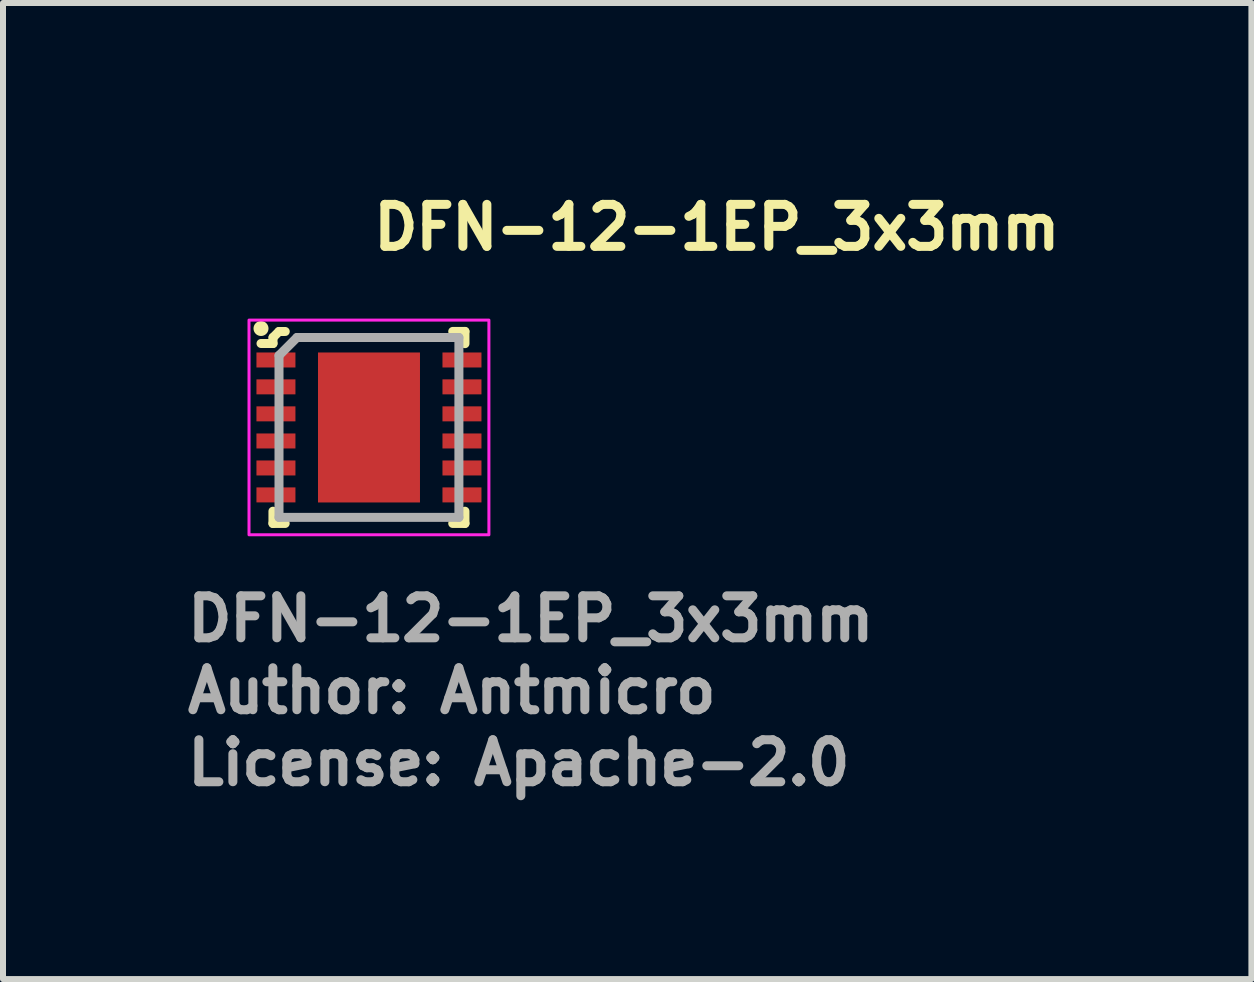
<source format=kicad_pcb>
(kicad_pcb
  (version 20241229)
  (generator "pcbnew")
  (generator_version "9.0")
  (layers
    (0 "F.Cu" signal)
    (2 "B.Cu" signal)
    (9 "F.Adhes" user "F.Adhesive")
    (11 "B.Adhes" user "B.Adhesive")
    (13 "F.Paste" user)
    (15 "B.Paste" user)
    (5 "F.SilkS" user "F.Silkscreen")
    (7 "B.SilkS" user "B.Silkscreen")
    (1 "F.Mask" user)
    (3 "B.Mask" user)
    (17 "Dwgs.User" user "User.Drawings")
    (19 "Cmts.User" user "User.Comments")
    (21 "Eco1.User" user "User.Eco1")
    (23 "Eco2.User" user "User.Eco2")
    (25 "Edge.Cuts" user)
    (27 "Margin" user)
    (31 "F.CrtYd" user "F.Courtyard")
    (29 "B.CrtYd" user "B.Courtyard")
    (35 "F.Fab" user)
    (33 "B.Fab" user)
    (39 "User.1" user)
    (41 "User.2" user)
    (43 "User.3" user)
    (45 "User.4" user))
  (footprint "DFN-12-1EP_3x3mm"
    (layer "F.Cu")
    (at 3.101 4.076)
    (property "Reference" "DFN-12-1EP_3x3mm" (at 0 -2.926 0) (layer "F.SilkS") (effects (font (size 0.7 0.7) (thickness 0.15)) (justify left bottom)))
    (attr smd)
    (fp_line (start -1.601 1.6) (end -1.601 1.396) (stroke (width 0.15) (type solid)) (layer "F.SilkS"))
    (fp_line (start -1.601 1.6) (end -1.397 1.6) (stroke (width 0.15) (type solid)) (layer "F.SilkS"))
    (fp_line (start -1.6 -1.5) (end -1.5 -1.6) (stroke (width 0.15) (type solid)) (layer "F.SilkS"))
    (fp_line (start -1.6 -1.4) (end -1.8 -1.4) (stroke (width 0.15) (type solid)) (layer "F.SilkS"))
    (fp_line (start -1.6 -1.4) (end -1.6 -1.5) (stroke (width 0.15) (type solid)) (layer "F.SilkS"))
    (fp_line (start -1.5 -1.6) (end -1.396 -1.6) (stroke (width 0.15) (type solid)) (layer "F.SilkS"))
    (fp_line (start 1.6 -1.601) (end 1.396 -1.601) (stroke (width 0.15) (type solid)) (layer "F.SilkS"))
    (fp_line (start 1.6 -1.601) (end 1.6 -1.397) (stroke (width 0.15) (type solid)) (layer "F.SilkS"))
    (fp_line (start 1.6 1.6) (end 1.396 1.6) (stroke (width 0.15) (type solid)) (layer "F.SilkS"))
    (fp_line (start 1.6 1.6) (end 1.6 1.396) (stroke (width 0.15) (type solid)) (layer "F.SilkS"))
    (fp_circle (center -1.8 -1.65) (end -1.8 -1.6) (stroke (width 0.15) (type solid)) (fill yes) (layer "F.SilkS"))
    (fp_rect (start -2 -1.79) (end 1.999 1.789) (stroke (width 0.05) (type solid)) (fill no) (layer "F.CrtYd"))
    (fp_line (start -1.5 -1.2) (end -1.5 1.499) (stroke (width 0.15) (type solid)) (layer "F.Fab"))
    (fp_line (start -1.2 -1.5) (end -1.5 -1.2) (stroke (width 0.15) (type solid)) (layer "F.Fab"))
    (fp_line (start -1.2 -1.5) (end 1.499 -1.5) (stroke (width 0.15) (type solid)) (layer "F.Fab"))
    (fp_line (start 1.499 -1.5) (end 1.499 1.499) (stroke (width 0.15) (type solid)) (layer "F.Fab"))
    (fp_line (start 1.499 1.499) (end -1.5 1.499) (stroke (width 0.15) (type solid)) (layer "F.Fab"))
    (fp_rect (start -1.5 -1.49) (end 1.499 1.489) (stroke (width 0.1) (type solid)) (fill no) (layer "User.5"))
    (fp_line (start -1.5 -1.24) (end -1.5 -1.01) (stroke (width 0.02) (type solid)) (layer "User.9"))
    (fp_line (start -1.5 -1.01) (end -1.49 -1.01) (stroke (width 0.02) (type solid)) (layer "User.9"))
    (fp_line (start -1.5 -0.792) (end -1.5 -0.562) (stroke (width 0.02) (type solid)) (layer "User.9"))
    (fp_line (start -1.5 -0.562) (end -1.49 -0.562) (stroke (width 0.02) (type solid)) (layer "User.9"))
    (fp_line (start -1.5 -0.342) (end -1.5 -0.11) (stroke (width 0.02) (type solid)) (layer "User.9"))
    (fp_line (start -1.5 -0.11) (end -1.49 -0.11) (stroke (width 0.02) (type solid)) (layer "User.9"))
    (fp_line (start -1.5 0.108) (end -1.5 0.34) (stroke (width 0.02) (type solid)) (layer "User.9"))
    (fp_line (start -1.5 0.34) (end -1.49 0.34) (stroke (width 0.02) (type solid)) (layer "User.9"))
    (fp_line (start -1.5 0.56) (end -1.5 0.79) (stroke (width 0.02) (type solid)) (layer "User.9"))
    (fp_line (start -1.5 0.79) (end -1.49 0.79) (stroke (width 0.02) (type solid)) (layer "User.9"))
    (fp_line (start -1.5 1.009) (end -1.5 1.239) (stroke (width 0.02) (type solid)) (layer "User.9"))
    (fp_line (start -1.5 1.239) (end -1.49 1.239) (stroke (width 0.02) (type solid)) (layer "User.9"))
    (fp_line (start -1.49 -1.49) (end -1.49 1.489) (stroke (width 0.02) (type solid)) (layer "User.9"))
    (fp_line (start -1.49 -1.49) (end 1.489 -1.49) (stroke (width 0.02) (type solid)) (layer "User.9"))
    (fp_line (start -1.49 -1.24) (end -1.5 -1.24) (stroke (width 0.02) (type solid)) (layer "User.9"))
    (fp_line (start -1.49 -0.792) (end -1.5 -0.792) (stroke (width 0.02) (type solid)) (layer "User.9"))
    (fp_line (start -1.49 -0.342) (end -1.5 -0.342) (stroke (width 0.02) (type solid)) (layer "User.9"))
    (fp_line (start -1.49 0.108) (end -1.5 0.108) (stroke (width 0.02) (type solid)) (layer "User.9"))
    (fp_line (start -1.49 0.56) (end -1.5 0.56) (stroke (width 0.02) (type solid)) (layer "User.9"))
    (fp_line (start -1.49 1.009) (end -1.5 1.009) (stroke (width 0.02) (type solid)) (layer "User.9"))
    (fp_line (start -1.49 1.489) (end 1.489 1.489) (stroke (width 0.02) (type solid)) (layer "User.9"))
    (fp_line (start -1.151 -0.914) (end -1.151 -0.902) (stroke (width 0.02) (type solid)) (layer "User.9"))
    (fp_line (start -1.151 -0.902) (end -1.151 -0.902) (stroke (width 0.02) (type solid)) (layer "User.9"))
    (fp_line (start -1.151 -0.902) (end -1.151 -0.888) (stroke (width 0.02) (type solid)) (layer "User.9"))
    (fp_line (start -1.151 -0.888) (end -1.149 -0.875) (stroke (width 0.02) (type solid)) (layer "User.9"))
    (fp_line (start -1.149 -0.94) (end -1.149 -0.927) (stroke (width 0.02) (type solid)) (layer "User.9"))
    (fp_line (start -1.149 -0.927) (end -1.151 -0.914) (stroke (width 0.02) (type solid)) (layer "User.9"))
    (fp_line (start -1.149 -0.875) (end -1.149 -0.862) (stroke (width 0.02) (type solid)) (layer "User.9"))
    (fp_line (start -1.149 -0.862) (end -1.145 -0.85) (stroke (width 0.02) (type solid)) (layer "User.9"))
    (fp_line (start -1.145 -0.952) (end -1.149 -0.94) (stroke (width 0.02) (type solid)) (layer "User.9"))
    (fp_line (start -1.145 -0.85) (end -1.143 -0.838) (stroke (width 0.02) (type solid)) (layer "User.9"))
    (fp_line (start -1.143 -0.963) (end -1.145 -0.952) (stroke (width 0.02) (type solid)) (layer "User.9"))
    (fp_line (start -1.143 -0.838) (end -1.139 -0.827) (stroke (width 0.02) (type solid)) (layer "User.9"))
    (fp_line (start -1.139 -0.975) (end -1.143 -0.963) (stroke (width 0.02) (type solid)) (layer "User.9"))
    (fp_line (start -1.139 -0.827) (end -1.135 -0.816) (stroke (width 0.02) (type solid)) (layer "User.9"))
    (fp_line (start -1.135 -0.986) (end -1.139 -0.975) (stroke (width 0.02) (type solid)) (layer "User.9"))
    (fp_line (start -1.135 -0.816) (end -1.131 -0.804) (stroke (width 0.02) (type solid)) (layer "User.9"))
    (fp_line (start -1.131 -0.998) (end -1.135 -0.986) (stroke (width 0.02) (type solid)) (layer "User.9"))
    (fp_line (start -1.131 -0.804) (end -1.127 -0.793) (stroke (width 0.02) (type solid)) (layer "User.9"))
    (fp_line (start -1.127 -1.01) (end -1.131 -0.998) (stroke (width 0.02) (type solid)) (layer "User.9"))
    (fp_line (start -1.127 -0.793) (end -1.121 -0.782) (stroke (width 0.02) (type solid)) (layer "User.9"))
    (fp_line (start -1.121 -1.02) (end -1.127 -1.01) (stroke (width 0.02) (type solid)) (layer "User.9"))
    (fp_line (start -1.121 -0.782) (end -1.115 -0.772) (stroke (width 0.02) (type solid)) (layer "User.9"))
    (fp_line (start -1.115 -1.031) (end -1.121 -1.02) (stroke (width 0.02) (type solid)) (layer "User.9"))
    (fp_line (start -1.115 -0.772) (end -1.109 -0.761) (stroke (width 0.02) (type solid)) (layer "User.9"))
    (fp_line (start -1.109 -1.041) (end -1.115 -1.031) (stroke (width 0.02) (type solid)) (layer "User.9"))
    (fp_line (start -1.109 -0.761) (end -1.101 -0.751) (stroke (width 0.02) (type solid)) (layer "User.9"))
    (fp_line (start -1.101 -1.051) (end -1.109 -1.041) (stroke (width 0.02) (type solid)) (layer "User.9"))
    (fp_line (start -1.101 -0.751) (end -1.093 -0.741) (stroke (width 0.02) (type solid)) (layer "User.9"))
    (fp_line (start -1.093 -1.061) (end -1.101 -1.051) (stroke (width 0.02) (type solid)) (layer "User.9"))
    (fp_line (start -1.093 -0.741) (end -1.087 -0.732) (stroke (width 0.02) (type solid)) (layer "User.9"))
    (fp_line (start -1.087 -1.069) (end -1.093 -1.061) (stroke (width 0.02) (type solid)) (layer "User.9"))
    (fp_line (start -1.087 -0.732) (end -1.077 -0.724) (stroke (width 0.02) (type solid)) (layer "User.9"))
    (fp_line (start -1.077 -1.077) (end -1.087 -1.069) (stroke (width 0.02) (type solid)) (layer "User.9"))
    (fp_line (start -1.077 -0.724) (end -1.069 -0.715) (stroke (width 0.02) (type solid)) (layer "User.9"))
    (fp_line (start -1.069 -1.087) (end -1.077 -1.077) (stroke (width 0.02) (type solid)) (layer "User.9"))
    (fp_line (start -1.069 -0.715) (end -1.061 -0.708) (stroke (width 0.02) (type solid)) (layer "User.9"))
    (fp_line (start -1.061 -1.093) (end -1.069 -1.087) (stroke (width 0.02) (type solid)) (layer "User.9"))
    (fp_line (start -1.061 -0.708) (end -1.051 -0.701) (stroke (width 0.02) (type solid)) (layer "User.9"))
    (fp_line (start -1.051 -1.101) (end -1.061 -1.093) (stroke (width 0.02) (type solid)) (layer "User.9"))
    (fp_line (start -1.051 -0.701) (end -1.041 -0.694) (stroke (width 0.02) (type solid)) (layer "User.9"))
    (fp_line (start -1.041 -1.109) (end -1.051 -1.101) (stroke (width 0.02) (type solid)) (layer "User.9"))
    (fp_line (start -1.041 -0.694) (end -1.031 -0.688) (stroke (width 0.02) (type solid)) (layer "User.9"))
    (fp_line (start -1.031 -1.115) (end -1.041 -1.109) (stroke (width 0.02) (type solid)) (layer "User.9"))
    (fp_line (start -1.031 -0.688) (end -1.02 -0.682) (stroke (width 0.02) (type solid)) (layer "User.9"))
    (fp_line (start -1.02 -1.121) (end -1.031 -1.115) (stroke (width 0.02) (type solid)) (layer "User.9"))
    (fp_line (start -1.02 -0.682) (end -1.01 -0.676) (stroke (width 0.02) (type solid)) (layer "User.9"))
    (fp_line (start -1.01 -1.127) (end -1.02 -1.121) (stroke (width 0.02) (type solid)) (layer "User.9"))
    (fp_line (start -1.01 -0.676) (end -0.998 -0.671) (stroke (width 0.02) (type solid)) (layer "User.9"))
    (fp_line (start -0.998 -1.131) (end -1.01 -1.127) (stroke (width 0.02) (type solid)) (layer "User.9"))
    (fp_line (start -0.998 -0.671) (end -0.986 -0.667) (stroke (width 0.02) (type solid)) (layer "User.9"))
    (fp_line (start -0.986 -1.135) (end -0.998 -1.131) (stroke (width 0.02) (type solid)) (layer "User.9"))
    (fp_line (start -0.986 -0.667) (end -0.975 -0.663) (stroke (width 0.02) (type solid)) (layer "User.9"))
    (fp_line (start -0.975 -1.139) (end -0.986 -1.135) (stroke (width 0.02) (type solid)) (layer "User.9"))
    (fp_line (start -0.975 -0.663) (end -0.963 -0.659) (stroke (width 0.02) (type solid)) (layer "User.9"))
    (fp_line (start -0.963 -1.143) (end -0.975 -1.139) (stroke (width 0.02) (type solid)) (layer "User.9"))
    (fp_line (start -0.963 -0.659) (end -0.952 -0.657) (stroke (width 0.02) (type solid)) (layer "User.9"))
    (fp_line (start -0.952 -1.145) (end -0.963 -1.143) (stroke (width 0.02) (type solid)) (layer "User.9"))
    (fp_line (start -0.952 -0.657) (end -0.94 -0.654) (stroke (width 0.02) (type solid)) (layer "User.9"))
    (fp_line (start -0.94 -1.149) (end -0.952 -1.145) (stroke (width 0.02) (type solid)) (layer "User.9"))
    (fp_line (start -0.94 -0.654) (end -0.927 -0.653) (stroke (width 0.02) (type solid)) (layer "User.9"))
    (fp_line (start -0.927 -1.149) (end -0.94 -1.149) (stroke (width 0.02) (type solid)) (layer "User.9"))
    (fp_line (start -0.927 -0.653) (end -0.914 -0.652) (stroke (width 0.02) (type solid)) (layer "User.9"))
    (fp_line (start -0.914 -1.151) (end -0.927 -1.149) (stroke (width 0.02) (type solid)) (layer "User.9"))
    (fp_line (start -0.914 -0.652) (end -0.902 -0.652) (stroke (width 0.02) (type solid)) (layer "User.9"))
    (fp_line (start -0.902 -1.151) (end -0.914 -1.151) (stroke (width 0.02) (type solid)) (layer "User.9"))
    (fp_line (start -0.902 -1.151) (end -0.902 -1.151) (stroke (width 0.02) (type solid)) (layer "User.9"))
    (fp_line (start -0.902 -0.652) (end -0.902 -0.652) (stroke (width 0.02) (type solid)) (layer "User.9"))
    (fp_line (start -0.902 -0.652) (end -0.888 -0.652) (stroke (width 0.02) (type solid)) (layer "User.9"))
    (fp_line (start -0.888 -1.151) (end -0.902 -1.151) (stroke (width 0.02) (type solid)) (layer "User.9"))
    (fp_line (start -0.888 -0.652) (end -0.875 -0.653) (stroke (width 0.02) (type solid)) (layer "User.9"))
    (fp_line (start -0.875 -1.149) (end -0.888 -1.151) (stroke (width 0.02) (type solid)) (layer "User.9"))
    (fp_line (start -0.875 -0.653) (end -0.862 -0.654) (stroke (width 0.02) (type solid)) (layer "User.9"))
    (fp_line (start -0.862 -1.149) (end -0.875 -1.149) (stroke (width 0.02) (type solid)) (layer "User.9"))
    (fp_line (start -0.862 -0.654) (end -0.85 -0.657) (stroke (width 0.02) (type solid)) (layer "User.9"))
    (fp_line (start -0.85 -1.145) (end -0.862 -1.149) (stroke (width 0.02) (type solid)) (layer "User.9"))
    (fp_line (start -0.85 -0.657) (end -0.838 -0.659) (stroke (width 0.02) (type solid)) (layer "User.9"))
    (fp_line (start -0.838 -1.143) (end -0.85 -1.145) (stroke (width 0.02) (type solid)) (layer "User.9"))
    (fp_line (start -0.838 -0.659) (end -0.827 -0.663) (stroke (width 0.02) (type solid)) (layer "User.9"))
    (fp_line (start -0.827 -1.139) (end -0.838 -1.143) (stroke (width 0.02) (type solid)) (layer "User.9"))
    (fp_line (start -0.827 -0.663) (end -0.816 -0.667) (stroke (width 0.02) (type solid)) (layer "User.9"))
    (fp_line (start -0.816 -1.135) (end -0.827 -1.139) (stroke (width 0.02) (type solid)) (layer "User.9"))
    (fp_line (start -0.816 -0.667) (end -0.804 -0.671) (stroke (width 0.02) (type solid)) (layer "User.9"))
    (fp_line (start -0.804 -1.131) (end -0.816 -1.135) (stroke (width 0.02) (type solid)) (layer "User.9"))
    (fp_line (start -0.804 -0.671) (end -0.793 -0.676) (stroke (width 0.02) (type solid)) (layer "User.9"))
    (fp_line (start -0.793 -1.127) (end -0.804 -1.131) (stroke (width 0.02) (type solid)) (layer "User.9"))
    (fp_line (start -0.793 -0.676) (end -0.782 -0.682) (stroke (width 0.02) (type solid)) (layer "User.9"))
    (fp_line (start -0.782 -1.121) (end -0.793 -1.127) (stroke (width 0.02) (type solid)) (layer "User.9"))
    (fp_line (start -0.782 -0.682) (end -0.772 -0.688) (stroke (width 0.02) (type solid)) (layer "User.9"))
    (fp_line (start -0.772 -1.115) (end -0.782 -1.121) (stroke (width 0.02) (type solid)) (layer "User.9"))
    (fp_line (start -0.772 -0.688) (end -0.761 -0.694) (stroke (width 0.02) (type solid)) (layer "User.9"))
    (fp_line (start -0.761 -1.109) (end -0.772 -1.115) (stroke (width 0.02) (type solid)) (layer "User.9"))
    (fp_line (start -0.761 -0.694) (end -0.751 -0.701) (stroke (width 0.02) (type solid)) (layer "User.9"))
    (fp_line (start -0.751 -1.101) (end -0.761 -1.109) (stroke (width 0.02) (type solid)) (layer "User.9"))
    (fp_line (start -0.751 -0.701) (end -0.741 -0.708) (stroke (width 0.02) (type solid)) (layer "User.9"))
    (fp_line (start -0.741 -1.093) (end -0.751 -1.101) (stroke (width 0.02) (type solid)) (layer "User.9"))
    (fp_line (start -0.741 -0.708) (end -0.732 -0.715) (stroke (width 0.02) (type solid)) (layer "User.9"))
    (fp_line (start -0.732 -1.087) (end -0.741 -1.093) (stroke (width 0.02) (type solid)) (layer "User.9"))
    (fp_line (start -0.732 -0.715) (end -0.724 -0.724) (stroke (width 0.02) (type solid)) (layer "User.9"))
    (fp_line (start -0.724 -1.077) (end -0.732 -1.087) (stroke (width 0.02) (type solid)) (layer "User.9"))
    (fp_line (start -0.724 -0.724) (end -0.715 -0.732) (stroke (width 0.02) (type solid)) (layer "User.9"))
    (fp_line (start -0.715 -1.069) (end -0.724 -1.077) (stroke (width 0.02) (type solid)) (layer "User.9"))
    (fp_line (start -0.715 -0.732) (end -0.708 -0.741) (stroke (width 0.02) (type solid)) (layer "User.9"))
    (fp_line (start -0.708 -1.061) (end -0.715 -1.069) (stroke (width 0.02) (type solid)) (layer "User.9"))
    (fp_line (start -0.708 -0.741) (end -0.701 -0.751) (stroke (width 0.02) (type solid)) (layer "User.9"))
    (fp_line (start -0.701 -1.051) (end -0.708 -1.061) (stroke (width 0.02) (type solid)) (layer "User.9"))
    (fp_line (start -0.701 -0.751) (end -0.694 -0.761) (stroke (width 0.02) (type solid)) (layer "User.9"))
    (fp_line (start -0.694 -1.041) (end -0.701 -1.051) (stroke (width 0.02) (type solid)) (layer "User.9"))
    (fp_line (start -0.694 -0.761) (end -0.688 -0.772) (stroke (width 0.02) (type solid)) (layer "User.9"))
    (fp_line (start -0.688 -1.031) (end -0.694 -1.041) (stroke (width 0.02) (type solid)) (layer "User.9"))
    (fp_line (start -0.688 -0.772) (end -0.682 -0.782) (stroke (width 0.02) (type solid)) (layer "User.9"))
    (fp_line (start -0.682 -1.02) (end -0.688 -1.031) (stroke (width 0.02) (type solid)) (layer "User.9"))
    (fp_line (start -0.682 -0.782) (end -0.676 -0.793) (stroke (width 0.02) (type solid)) (layer "User.9"))
    (fp_line (start -0.676 -1.01) (end -0.682 -1.02) (stroke (width 0.02) (type solid)) (layer "User.9"))
    (fp_line (start -0.676 -0.793) (end -0.671 -0.804) (stroke (width 0.02) (type solid)) (layer "User.9"))
    (fp_line (start -0.671 -0.998) (end -0.676 -1.01) (stroke (width 0.02) (type solid)) (layer "User.9"))
    (fp_line (start -0.671 -0.804) (end -0.667 -0.816) (stroke (width 0.02) (type solid)) (layer "User.9"))
    (fp_line (start -0.667 -0.986) (end -0.671 -0.998) (stroke (width 0.02) (type solid)) (layer "User.9"))
    (fp_line (start -0.667 -0.816) (end -0.663 -0.827) (stroke (width 0.02) (type solid)) (layer "User.9"))
    (fp_line (start -0.663 -0.975) (end -0.667 -0.986) (stroke (width 0.02) (type solid)) (layer "User.9"))
    (fp_line (start -0.663 -0.827) (end -0.659 -0.838) (stroke (width 0.02) (type solid)) (layer "User.9"))
    (fp_line (start -0.659 -0.963) (end -0.663 -0.975) (stroke (width 0.02) (type solid)) (layer "User.9"))
    (fp_line (start -0.659 -0.838) (end -0.657 -0.85) (stroke (width 0.02) (type solid)) (layer "User.9"))
    (fp_line (start -0.657 -0.952) (end -0.659 -0.963) (stroke (width 0.02) (type solid)) (layer "User.9"))
    (fp_line (start -0.657 -0.85) (end -0.654 -0.862) (stroke (width 0.02) (type solid)) (layer "User.9"))
    (fp_line (start -0.654 -0.94) (end -0.657 -0.952) (stroke (width 0.02) (type solid)) (layer "User.9"))
    (fp_line (start -0.654 -0.862) (end -0.653 -0.875) (stroke (width 0.02) (type solid)) (layer "User.9"))
    (fp_line (start -0.653 -0.927) (end -0.654 -0.94) (stroke (width 0.02) (type solid)) (layer "User.9"))
    (fp_line (start -0.653 -0.875) (end -0.652 -0.888) (stroke (width 0.02) (type solid)) (layer "User.9"))
    (fp_line (start -0.652 -0.914) (end -0.653 -0.927) (stroke (width 0.02) (type solid)) (layer "User.9"))
    (fp_line (start -0.652 -0.902) (end -0.652 -0.914) (stroke (width 0.02) (type solid)) (layer "User.9"))
    (fp_line (start -0.652 -0.902) (end -0.652 -0.902) (stroke (width 0.02) (type solid)) (layer "User.9"))
    (fp_line (start -0.652 -0.902) (end -0.652 -0.902) (stroke (width 0.02) (type solid)) (layer "User.9"))
    (fp_line (start -0.652 -0.888) (end -0.652 -0.902) (stroke (width 0.02) (type solid)) (layer "User.9"))
    (fp_line (start 1.489 -1.49) (end 1.489 1.489) (stroke (width 0.02) (type solid)) (layer "User.9"))
    (fp_line (start 1.489 -1.01) (end 1.499 -1.01) (stroke (width 0.02) (type solid)) (layer "User.9"))
    (fp_line (start 1.489 -0.562) (end 1.499 -0.562) (stroke (width 0.02) (type solid)) (layer "User.9"))
    (fp_line (start 1.489 -0.11) (end 1.499 -0.11) (stroke (width 0.02) (type solid)) (layer "User.9"))
    (fp_line (start 1.489 0.34) (end 1.499 0.34) (stroke (width 0.02) (type solid)) (layer "User.9"))
    (fp_line (start 1.489 0.79) (end 1.499 0.79) (stroke (width 0.02) (type solid)) (layer "User.9"))
    (fp_line (start 1.489 1.239) (end 1.499 1.239) (stroke (width 0.02) (type solid)) (layer "User.9"))
    (fp_line (start 1.499 -1.24) (end 1.489 -1.24) (stroke (width 0.02) (type solid)) (layer "User.9"))
    (fp_line (start 1.499 -1.01) (end 1.499 -1.24) (stroke (width 0.02) (type solid)) (layer "User.9"))
    (fp_line (start 1.499 -0.792) (end 1.489 -0.792) (stroke (width 0.02) (type solid)) (layer "User.9"))
    (fp_line (start 1.499 -0.562) (end 1.499 -0.792) (stroke (width 0.02) (type solid)) (layer "User.9"))
    (fp_line (start 1.499 -0.342) (end 1.489 -0.342) (stroke (width 0.02) (type solid)) (layer "User.9"))
    (fp_line (start 1.499 -0.11) (end 1.499 -0.342) (stroke (width 0.02) (type solid)) (layer "User.9"))
    (fp_line (start 1.499 0.108) (end 1.489 0.108) (stroke (width 0.02) (type solid)) (layer "User.9"))
    (fp_line (start 1.499 0.34) (end 1.499 0.108) (stroke (width 0.02) (type solid)) (layer "User.9"))
    (fp_line (start 1.499 0.56) (end 1.489 0.56) (stroke (width 0.02) (type solid)) (layer "User.9"))
    (fp_line (start 1.499 0.79) (end 1.499 0.56) (stroke (width 0.02) (type solid)) (layer "User.9"))
    (fp_line (start 1.499 1.009) (end 1.489 1.009) (stroke (width 0.02) (type solid)) (layer "User.9"))
    (fp_line (start 1.499 1.239) (end 1.499 1.009) (stroke (width 0.02) (type solid)) (layer "User.9"))
    (fp_text user "${REFERENCE}" (at -3.101 3.6 0) (layer "F.Fab") (effects (font (size 0.7 0.7) (thickness 0.15)) (justify left bottom)))
    (fp_text user "License: Apache-2.0" (at -3.101 5.999 0) (layer "F.Fab") (effects (font (size 0.7 0.7) (thickness 0.15)) (justify left bottom)))
    (fp_text user "Author: Antmicro" (at -3.101 4.799 0) (layer "F.Fab") (effects (font (size 0.7 0.7) (thickness 0.15)) (justify left bottom)))
    (pad "1" smd rect (at -1.551 -1.125 270) (size 0.25 0.65) (layers "F.Cu" "F.Mask" "F.Paste"))
    (pad "2" smd rect (at -1.551 -0.677 270) (size 0.25 0.65) (layers "F.Cu" "F.Mask" "F.Paste"))
    (pad "3" smd rect (at -1.551 -0.227 270) (size 0.25 0.65) (layers "F.Cu" "F.Mask" "F.Paste"))
    (pad "4" smd rect (at -1.551 0.225 270) (size 0.25 0.65) (layers "F.Cu" "F.Mask" "F.Paste"))
    (pad "5" smd rect (at -1.551 0.675 270) (size 0.25 0.65) (layers "F.Cu" "F.Mask" "F.Paste"))
    (pad "6" smd rect (at -1.551 1.124 270) (size 0.25 0.65) (layers "F.Cu" "F.Mask" "F.Paste"))
    (pad "7" smd rect (at 1.55 1.124 270) (size 0.25 0.65) (layers "F.Cu" "F.Mask" "F.Paste"))
    (pad "8" smd rect (at 1.55 0.675 270) (size 0.25 0.65) (layers "F.Cu" "F.Mask" "F.Paste"))
    (pad "9" smd rect (at 1.55 0.225 270) (size 0.25 0.65) (layers "F.Cu" "F.Mask" "F.Paste"))
    (pad "10" smd rect (at 1.55 -0.227 270) (size 0.25 0.65) (layers "F.Cu" "F.Mask" "F.Paste"))
    (pad "11" smd rect (at 1.55 -0.677 270) (size 0.25 0.65) (layers "F.Cu" "F.Mask" "F.Paste"))
    (pad "12" smd rect (at 1.55 -1.125 270) (size 0.25 0.65) (layers "F.Cu" "F.Mask" "F.Paste"))
    (pad "13" smd rect (at 0 0 270) (size 2.5 1.7) (layers "F.Cu" "F.Mask" "F.Paste")))
  (gr_rect
    (start -3 -3)
    (end 17.811 13.271)
    (stroke (width 0.1) (type default))
    (fill no)
    (layer "Edge.Cuts")))
</source>
